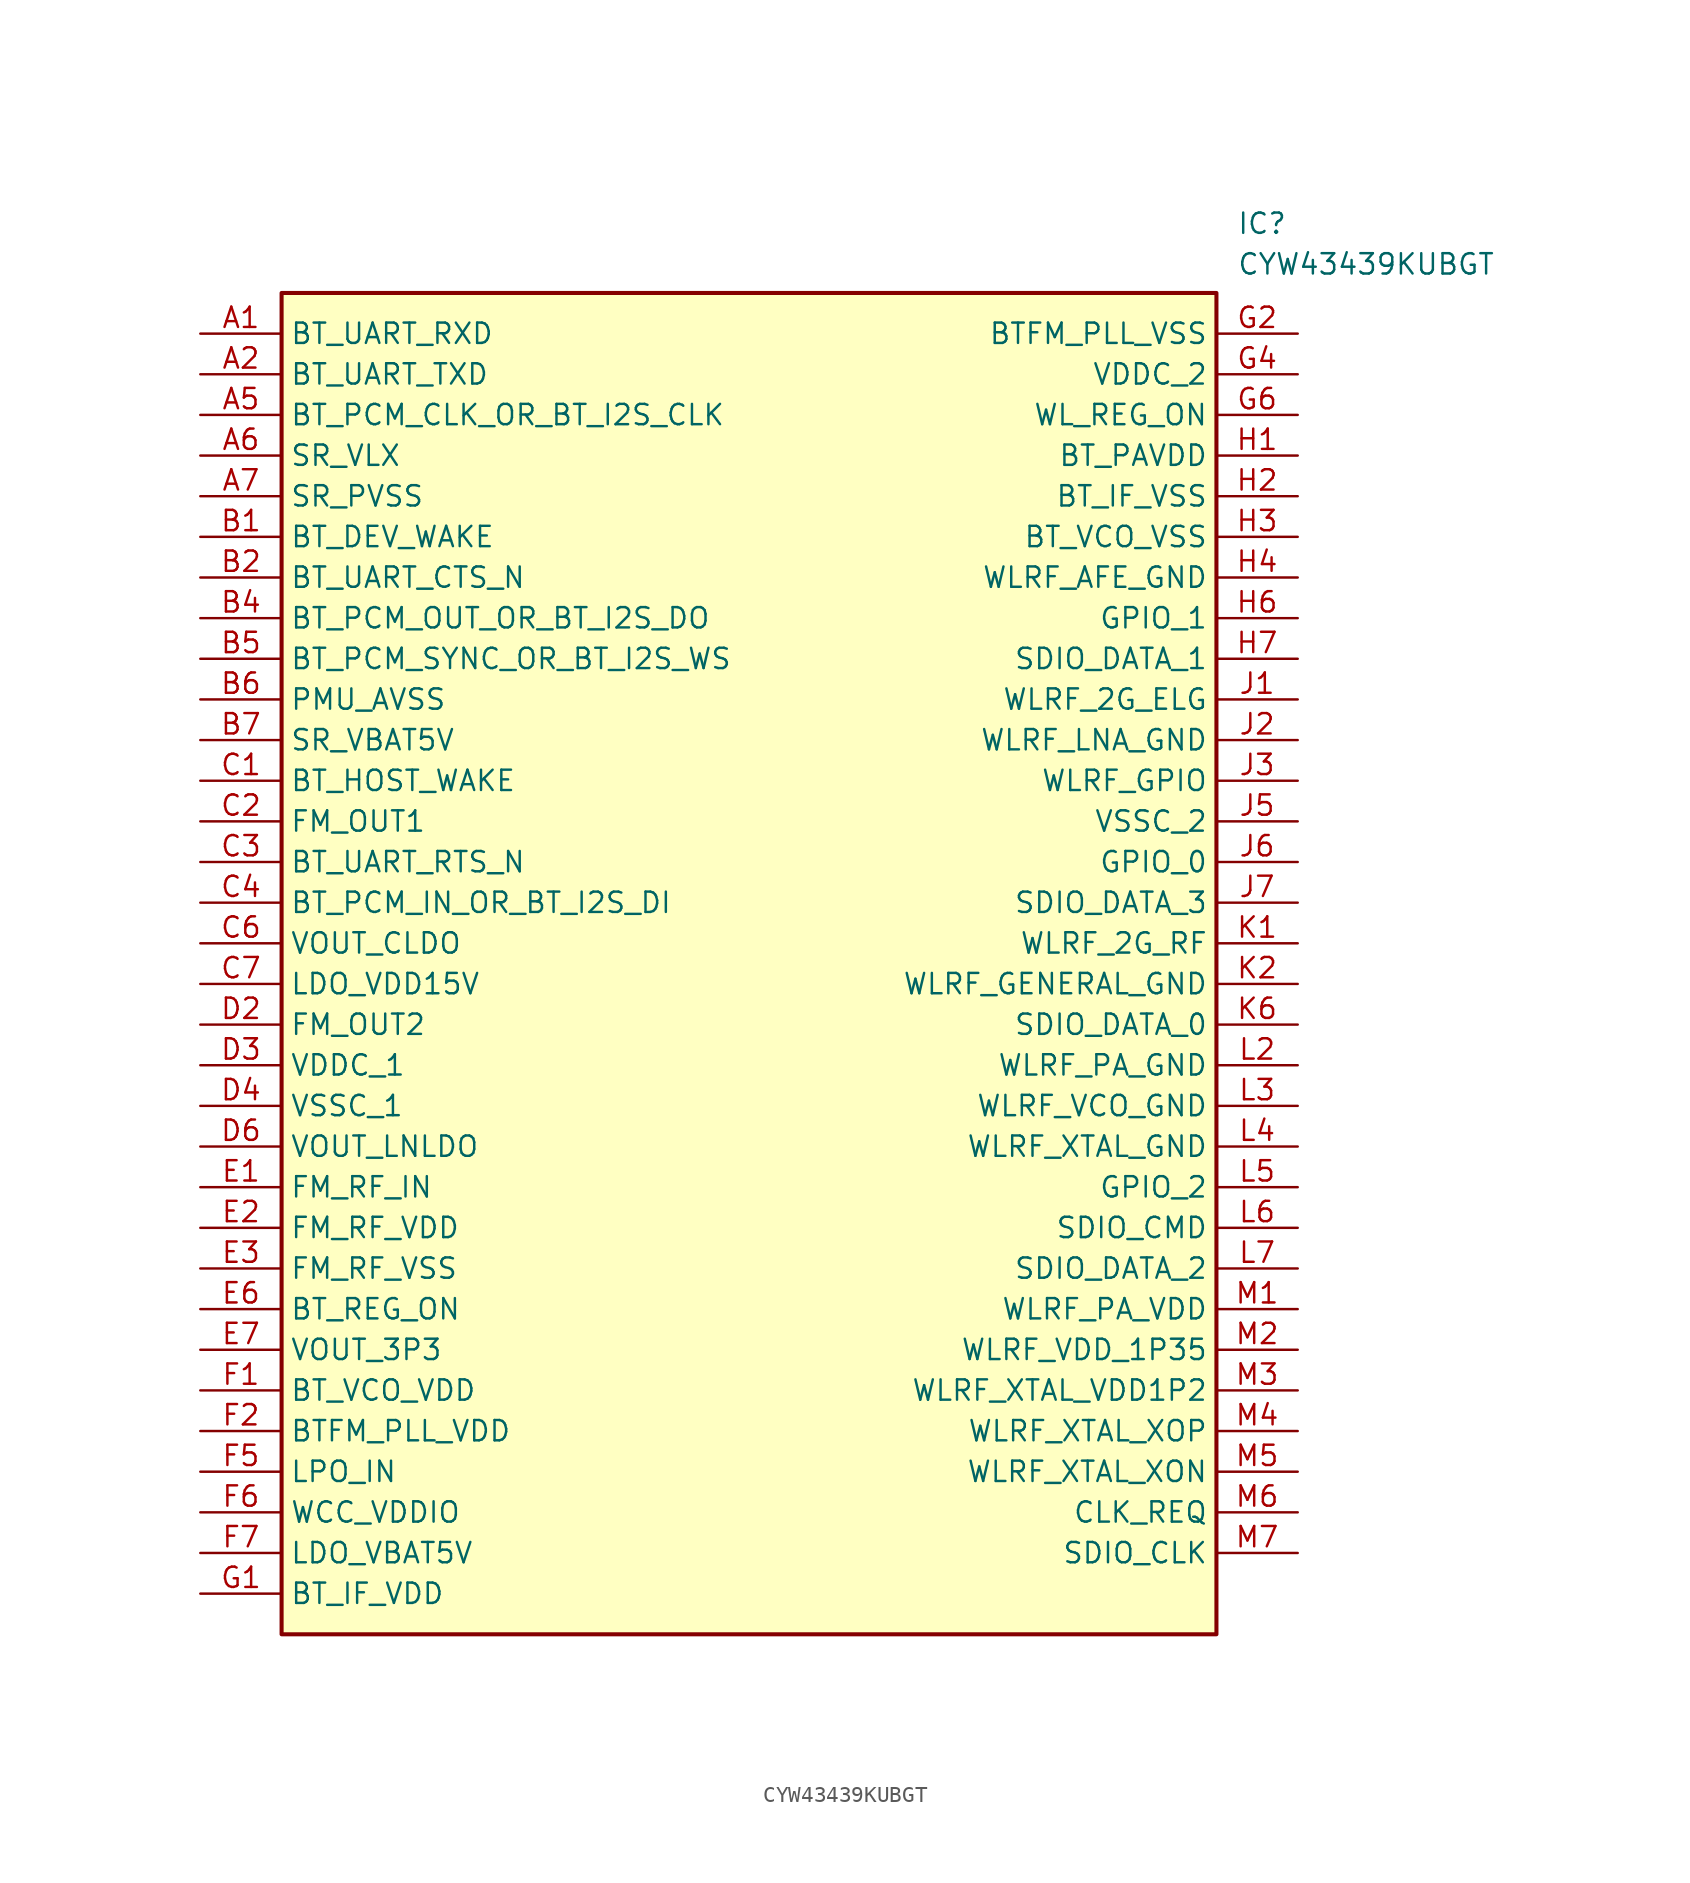
<source format=kicad_sym>
(kicad_symbol_lib
  (version 20211014)
  (generator SamacSys_ECAD_Model)
  (symbol "CYW43439KUBGT"
    (property "Reference" "IC"
      (at 64.77 7.62 0)
      (effects (font (size 1.27 1.27)) (justify left top)))
    (property "Value" "CYW43439KUBGT"
      (at 64.77 5.08 0)
      (effects (font (size 1.27 1.27)) (justify left top)))
    (rectangle
      (start 5.08 2.54)
      (end 63.5 -81.28)
      (stroke (width 0.254) (type default))
      (fill (type background)))
    (pin passive line
      (at 0 0 0)
      (length 5.08)
      (name "BT_UART_RXD" (effects (font (size 1.27 1.27))))
      (number "A1" (effects (font (size 1.27 1.27)))))
    (pin passive line
      (at 0 -2.54 0)
      (length 5.08)
      (name "BT_UART_TXD" (effects (font (size 1.27 1.27))))
      (number "A2" (effects (font (size 1.27 1.27)))))
    (pin passive line
      (at 0 -5.08 0)
      (length 5.08)
      (name "BT_PCM_CLK_OR_BT_I2S_CLK" (effects (font (size 1.27 1.27))))
      (number "A5" (effects (font (size 1.27 1.27)))))
    (pin passive line
      (at 0 -7.62 0)
      (length 5.08)
      (name "SR_VLX" (effects (font (size 1.27 1.27))))
      (number "A6" (effects (font (size 1.27 1.27)))))
    (pin passive line
      (at 0 -10.16 0)
      (length 5.08)
      (name "SR_PVSS" (effects (font (size 1.27 1.27))))
      (number "A7" (effects (font (size 1.27 1.27)))))
    (pin passive line
      (at 0 -12.7 0)
      (length 5.08)
      (name "BT_DEV_WAKE" (effects (font (size 1.27 1.27))))
      (number "B1" (effects (font (size 1.27 1.27)))))
    (pin passive line
      (at 0 -15.24 0)
      (length 5.08)
      (name "BT_UART_CTS_N" (effects (font (size 1.27 1.27))))
      (number "B2" (effects (font (size 1.27 1.27)))))
    (pin passive line
      (at 0 -17.78 0)
      (length 5.08)
      (name "BT_PCM_OUT_OR_BT_I2S_DO" (effects (font (size 1.27 1.27))))
      (number "B4" (effects (font (size 1.27 1.27)))))
    (pin passive line
      (at 0 -20.32 0)
      (length 5.08)
      (name "BT_PCM_SYNC_OR_BT_I2S_WS" (effects (font (size 1.27 1.27))))
      (number "B5" (effects (font (size 1.27 1.27)))))
    (pin passive line
      (at 0 -22.86 0)
      (length 5.08)
      (name "PMU_AVSS" (effects (font (size 1.27 1.27))))
      (number "B6" (effects (font (size 1.27 1.27)))))
    (pin passive line
      (at 0 -25.4 0)
      (length 5.08)
      (name "SR_VBAT5V" (effects (font (size 1.27 1.27))))
      (number "B7" (effects (font (size 1.27 1.27)))))
    (pin passive line
      (at 0 -27.94 0)
      (length 5.08)
      (name "BT_HOST_WAKE" (effects (font (size 1.27 1.27))))
      (number "C1" (effects (font (size 1.27 1.27)))))
    (pin passive line
      (at 0 -30.48 0)
      (length 5.08)
      (name "FM_OUT1" (effects (font (size 1.27 1.27))))
      (number "C2" (effects (font (size 1.27 1.27)))))
    (pin passive line
      (at 0 -33.02 0)
      (length 5.08)
      (name "BT_UART_RTS_N" (effects (font (size 1.27 1.27))))
      (number "C3" (effects (font (size 1.27 1.27)))))
    (pin passive line
      (at 0 -35.56 0)
      (length 5.08)
      (name "BT_PCM_IN_OR_BT_I2S_DI" (effects (font (size 1.27 1.27))))
      (number "C4" (effects (font (size 1.27 1.27)))))
    (pin passive line
      (at 0 -38.1 0)
      (length 5.08)
      (name "VOUT_CLDO" (effects (font (size 1.27 1.27))))
      (number "C6" (effects (font (size 1.27 1.27)))))
    (pin passive line
      (at 0 -40.64 0)
      (length 5.08)
      (name "LDO_VDD15V" (effects (font (size 1.27 1.27))))
      (number "C7" (effects (font (size 1.27 1.27)))))
    (pin passive line
      (at 0 -43.18 0)
      (length 5.08)
      (name "FM_OUT2" (effects (font (size 1.27 1.27))))
      (number "D2" (effects (font (size 1.27 1.27)))))
    (pin passive line
      (at 0 -45.72 0)
      (length 5.08)
      (name "VDDC_1" (effects (font (size 1.27 1.27))))
      (number "D3" (effects (font (size 1.27 1.27)))))
    (pin passive line
      (at 0 -48.26 0)
      (length 5.08)
      (name "VSSC_1" (effects (font (size 1.27 1.27))))
      (number "D4" (effects (font (size 1.27 1.27)))))
    (pin passive line
      (at 0 -50.8 0)
      (length 5.08)
      (name "VOUT_LNLDO" (effects (font (size 1.27 1.27))))
      (number "D6" (effects (font (size 1.27 1.27)))))
    (pin passive line
      (at 0 -53.34 0)
      (length 5.08)
      (name "FM_RF_IN" (effects (font (size 1.27 1.27))))
      (number "E1" (effects (font (size 1.27 1.27)))))
    (pin passive line
      (at 0 -55.88 0)
      (length 5.08)
      (name "FM_RF_VDD" (effects (font (size 1.27 1.27))))
      (number "E2" (effects (font (size 1.27 1.27)))))
    (pin passive line
      (at 0 -58.42 0)
      (length 5.08)
      (name "FM_RF_VSS" (effects (font (size 1.27 1.27))))
      (number "E3" (effects (font (size 1.27 1.27)))))
    (pin passive line
      (at 0 -60.96 0)
      (length 5.08)
      (name "BT_REG_ON" (effects (font (size 1.27 1.27))))
      (number "E6" (effects (font (size 1.27 1.27)))))
    (pin passive line
      (at 0 -63.5 0)
      (length 5.08)
      (name "VOUT_3P3" (effects (font (size 1.27 1.27))))
      (number "E7" (effects (font (size 1.27 1.27)))))
    (pin passive line
      (at 0 -66.04 0)
      (length 5.08)
      (name "BT_VCO_VDD" (effects (font (size 1.27 1.27))))
      (number "F1" (effects (font (size 1.27 1.27)))))
    (pin passive line
      (at 0 -68.58 0)
      (length 5.08)
      (name "BTFM_PLL_VDD" (effects (font (size 1.27 1.27))))
      (number "F2" (effects (font (size 1.27 1.27)))))
    (pin passive line
      (at 0 -71.12 0)
      (length 5.08)
      (name "LPO_IN" (effects (font (size 1.27 1.27))))
      (number "F5" (effects (font (size 1.27 1.27)))))
    (pin passive line
      (at 0 -73.66 0)
      (length 5.08)
      (name "WCC_VDDIO" (effects (font (size 1.27 1.27))))
      (number "F6" (effects (font (size 1.27 1.27)))))
    (pin passive line
      (at 0 -76.2 0)
      (length 5.08)
      (name "LDO_VBAT5V" (effects (font (size 1.27 1.27))))
      (number "F7" (effects (font (size 1.27 1.27)))))
    (pin passive line
      (at 0 -78.74 0)
      (length 5.08)
      (name "BT_IF_VDD" (effects (font (size 1.27 1.27))))
      (number "G1" (effects (font (size 1.27 1.27)))))
    (pin passive line
      (at 68.58 0 180)
      (length 5.08)
      (name "BTFM_PLL_VSS" (effects (font (size 1.27 1.27))))
      (number "G2" (effects (font (size 1.27 1.27)))))
    (pin passive line
      (at 68.58 -2.54 180)
      (length 5.08)
      (name "VDDC_2" (effects (font (size 1.27 1.27))))
      (number "G4" (effects (font (size 1.27 1.27)))))
    (pin passive line
      (at 68.58 -5.08 180)
      (length 5.08)
      (name "WL_REG_ON" (effects (font (size 1.27 1.27))))
      (number "G6" (effects (font (size 1.27 1.27)))))
    (pin passive line
      (at 68.58 -7.62 180)
      (length 5.08)
      (name "BT_PAVDD" (effects (font (size 1.27 1.27))))
      (number "H1" (effects (font (size 1.27 1.27)))))
    (pin passive line
      (at 68.58 -10.16 180)
      (length 5.08)
      (name "BT_IF_VSS" (effects (font (size 1.27 1.27))))
      (number "H2" (effects (font (size 1.27 1.27)))))
    (pin passive line
      (at 68.58 -12.7 180)
      (length 5.08)
      (name "BT_VCO_VSS" (effects (font (size 1.27 1.27))))
      (number "H3" (effects (font (size 1.27 1.27)))))
    (pin passive line
      (at 68.58 -15.24 180)
      (length 5.08)
      (name "WLRF_AFE_GND" (effects (font (size 1.27 1.27))))
      (number "H4" (effects (font (size 1.27 1.27)))))
    (pin passive line
      (at 68.58 -17.78 180)
      (length 5.08)
      (name "GPIO_1" (effects (font (size 1.27 1.27))))
      (number "H6" (effects (font (size 1.27 1.27)))))
    (pin passive line
      (at 68.58 -20.32 180)
      (length 5.08)
      (name "SDIO_DATA_1" (effects (font (size 1.27 1.27))))
      (number "H7" (effects (font (size 1.27 1.27)))))
    (pin passive line
      (at 68.58 -22.86 180)
      (length 5.08)
      (name "WLRF_2G_ELG" (effects (font (size 1.27 1.27))))
      (number "J1" (effects (font (size 1.27 1.27)))))
    (pin passive line
      (at 68.58 -25.4 180)
      (length 5.08)
      (name "WLRF_LNA_GND" (effects (font (size 1.27 1.27))))
      (number "J2" (effects (font (size 1.27 1.27)))))
    (pin passive line
      (at 68.58 -27.94 180)
      (length 5.08)
      (name "WLRF_GPIO" (effects (font (size 1.27 1.27))))
      (number "J3" (effects (font (size 1.27 1.27)))))
    (pin passive line
      (at 68.58 -30.48 180)
      (length 5.08)
      (name "VSSC_2" (effects (font (size 1.27 1.27))))
      (number "J5" (effects (font (size 1.27 1.27)))))
    (pin passive line
      (at 68.58 -33.02 180)
      (length 5.08)
      (name "GPIO_0" (effects (font (size 1.27 1.27))))
      (number "J6" (effects (font (size 1.27 1.27)))))
    (pin passive line
      (at 68.58 -35.56 180)
      (length 5.08)
      (name "SDIO_DATA_3" (effects (font (size 1.27 1.27))))
      (number "J7" (effects (font (size 1.27 1.27)))))
    (pin passive line
      (at 68.58 -38.1 180)
      (length 5.08)
      (name "WLRF_2G_RF" (effects (font (size 1.27 1.27))))
      (number "K1" (effects (font (size 1.27 1.27)))))
    (pin passive line
      (at 68.58 -40.64 180)
      (length 5.08)
      (name "WLRF_GENERAL_GND" (effects (font (size 1.27 1.27))))
      (number "K2" (effects (font (size 1.27 1.27)))))
    (pin passive line
      (at 68.58 -43.18 180)
      (length 5.08)
      (name "SDIO_DATA_0" (effects (font (size 1.27 1.27))))
      (number "K6" (effects (font (size 1.27 1.27)))))
    (pin passive line
      (at 68.58 -45.72 180)
      (length 5.08)
      (name "WLRF_PA_GND" (effects (font (size 1.27 1.27))))
      (number "L2" (effects (font (size 1.27 1.27)))))
    (pin passive line
      (at 68.58 -48.26 180)
      (length 5.08)
      (name "WLRF_VCO_GND" (effects (font (size 1.27 1.27))))
      (number "L3" (effects (font (size 1.27 1.27)))))
    (pin passive line
      (at 68.58 -50.8 180)
      (length 5.08)
      (name "WLRF_XTAL_GND" (effects (font (size 1.27 1.27))))
      (number "L4" (effects (font (size 1.27 1.27)))))
    (pin passive line
      (at 68.58 -53.34 180)
      (length 5.08)
      (name "GPIO_2" (effects (font (size 1.27 1.27))))
      (number "L5" (effects (font (size 1.27 1.27)))))
    (pin passive line
      (at 68.58 -55.88 180)
      (length 5.08)
      (name "SDIO_CMD" (effects (font (size 1.27 1.27))))
      (number "L6" (effects (font (size 1.27 1.27)))))
    (pin passive line
      (at 68.58 -58.42 180)
      (length 5.08)
      (name "SDIO_DATA_2" (effects (font (size 1.27 1.27))))
      (number "L7" (effects (font (size 1.27 1.27)))))
    (pin passive line
      (at 68.58 -60.96 180)
      (length 5.08)
      (name "WLRF_PA_VDD" (effects (font (size 1.27 1.27))))
      (number "M1" (effects (font (size 1.27 1.27)))))
    (pin passive line
      (at 68.58 -63.5 180)
      (length 5.08)
      (name "WLRF_VDD_1P35" (effects (font (size 1.27 1.27))))
      (number "M2" (effects (font (size 1.27 1.27)))))
    (pin passive line
      (at 68.58 -66.04 180)
      (length 5.08)
      (name "WLRF_XTAL_VDD1P2" (effects (font (size 1.27 1.27))))
      (number "M3" (effects (font (size 1.27 1.27)))))
    (pin passive line
      (at 68.58 -68.58 180)
      (length 5.08)
      (name "WLRF_XTAL_XOP" (effects (font (size 1.27 1.27))))
      (number "M4" (effects (font (size 1.27 1.27)))))
    (pin passive line
      (at 68.58 -71.12 180)
      (length 5.08)
      (name "WLRF_XTAL_XON" (effects (font (size 1.27 1.27))))
      (number "M5" (effects (font (size 1.27 1.27)))))
    (pin passive line
      (at 68.58 -73.66 180)
      (length 5.08)
      (name "CLK_REQ" (effects (font (size 1.27 1.27))))
      (number "M6" (effects (font (size 1.27 1.27)))))
    (pin passive line
      (at 68.58 -76.2 180)
      (length 5.08)
      (name "SDIO_CLK" (effects (font (size 1.27 1.27))))
      (number "M7" (effects (font (size 1.27 1.27)))))))
</source>
